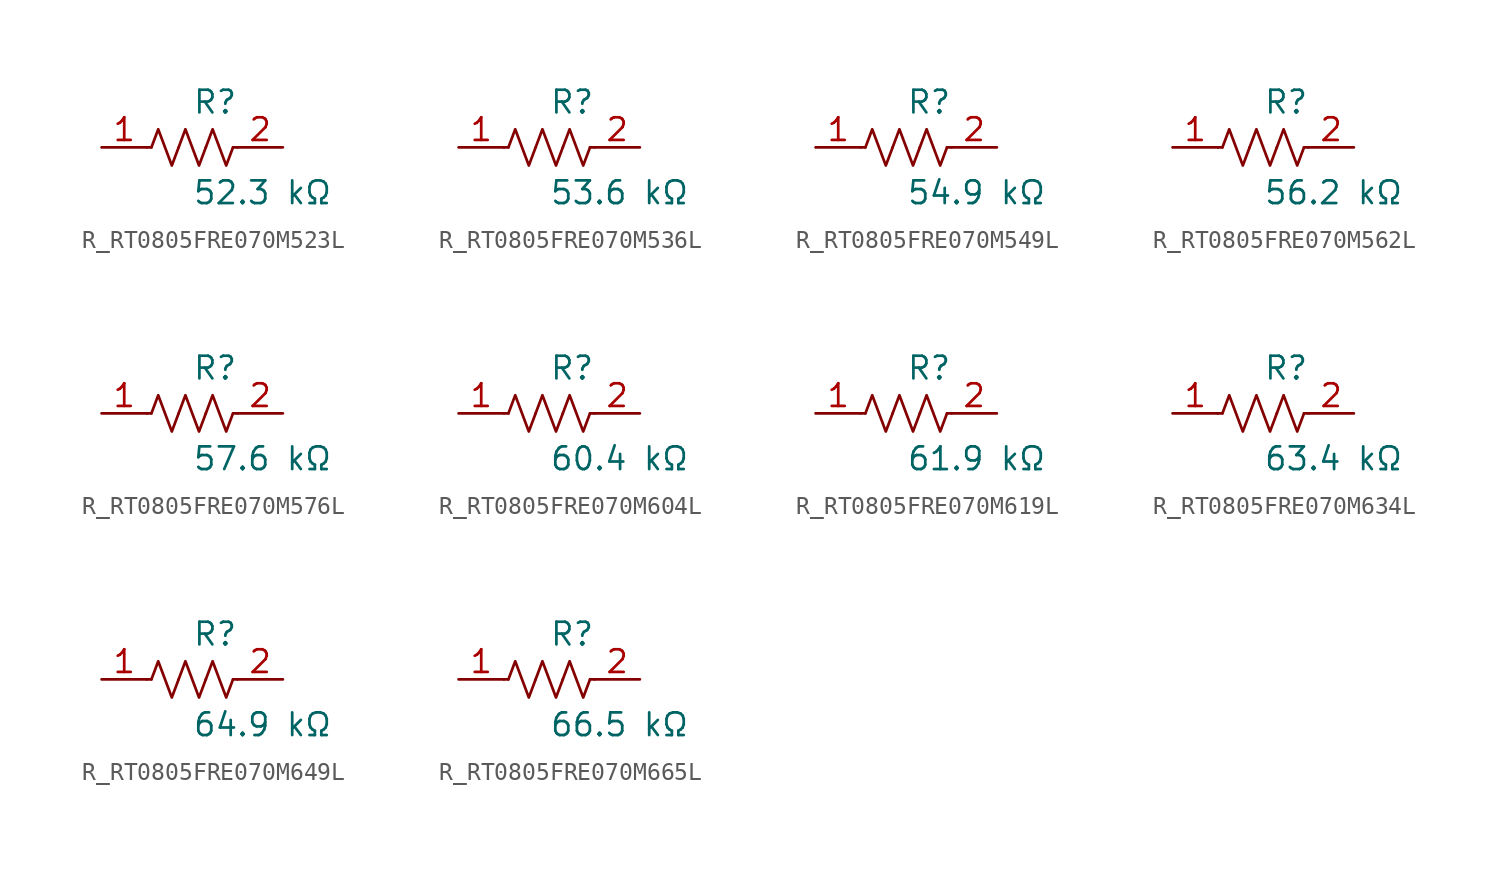
<source format=kicad_sym>
(kicad_symbol_lib
  (version 20231120)
  (generator kicad_symbol_editor)
  (generator_version 8.0)
  (symbol "R_RT0805FRE070M523L"
    (pin_names
      (offset 0.254))
    (property "Reference" "R"
      (at 0.0 2.54 0)
      (effects (font (size 1.27 1.27)) (justify left)))
    (property "Value" "52.3 kΩ"
      (at 0.0 -2.54 0)
      (effects (font (size 1.27 1.27)) (justify left)))
    (symbol "R_RT0805FRE070M523L_0_1"
      (polyline (pts (xy 2.286 0) (xy 2.54 0)) (stroke (width 0) (type default)) (fill (type none)))
      (polyline (pts (xy -2.286 0) (xy -2.54 0)) (stroke (width 0) (type default)) (fill (type none)))
      (polyline (pts (xy 0.762 0) (xy 1.143 1.016) (xy 1.524 0) (xy 1.905 -1.016) (xy 2.286 0)) (stroke (width 0) (type default)) (fill (type none)))
      (polyline (pts (xy -0.762 0) (xy -0.381 1.016) (xy 0 0) (xy 0.381 -1.016) (xy 0.762 0)) (stroke (width 0) (type default)) (fill (type none)))
      (polyline (pts (xy -2.286 0) (xy -1.905 1.016) (xy -1.524 0) (xy -1.143 -1.016) (xy -0.762 0)) (stroke (width 0) (type default)) (fill (type none))))
    (pin unspecified line
      (at -5.08 0 0)
      (length 2.54)
      (name "" (effects (font (size 1.27 1.27))))
      (number "1" (effects (font (size 1.27 1.27)))))
    (pin unspecified line
      (at 5.08 0 180)
      (length 2.54)
      (name "" (effects (font (size 1.27 1.27))))
      (number "2" (effects (font (size 1.27 1.27))))))
  (symbol "R_RT0805FRE070M536L"
    (pin_names
      (offset 0.254))
    (property "Reference" "R"
      (at 0.0 2.54 0)
      (effects (font (size 1.27 1.27)) (justify left)))
    (property "Value" "53.6 kΩ"
      (at 0.0 -2.54 0)
      (effects (font (size 1.27 1.27)) (justify left)))
    (symbol "R_RT0805FRE070M536L_0_1"
      (polyline (pts (xy 2.286 0) (xy 2.54 0)) (stroke (width 0) (type default)) (fill (type none)))
      (polyline (pts (xy -2.286 0) (xy -2.54 0)) (stroke (width 0) (type default)) (fill (type none)))
      (polyline (pts (xy 0.762 0) (xy 1.143 1.016) (xy 1.524 0) (xy 1.905 -1.016) (xy 2.286 0)) (stroke (width 0) (type default)) (fill (type none)))
      (polyline (pts (xy -0.762 0) (xy -0.381 1.016) (xy 0 0) (xy 0.381 -1.016) (xy 0.762 0)) (stroke (width 0) (type default)) (fill (type none)))
      (polyline (pts (xy -2.286 0) (xy -1.905 1.016) (xy -1.524 0) (xy -1.143 -1.016) (xy -0.762 0)) (stroke (width 0) (type default)) (fill (type none))))
    (pin unspecified line
      (at -5.08 0 0)
      (length 2.54)
      (name "" (effects (font (size 1.27 1.27))))
      (number "1" (effects (font (size 1.27 1.27)))))
    (pin unspecified line
      (at 5.08 0 180)
      (length 2.54)
      (name "" (effects (font (size 1.27 1.27))))
      (number "2" (effects (font (size 1.27 1.27))))))
  (symbol "R_RT0805FRE070M549L"
    (pin_names
      (offset 0.254))
    (property "Reference" "R"
      (at 0.0 2.54 0)
      (effects (font (size 1.27 1.27)) (justify left)))
    (property "Value" "54.9 kΩ"
      (at 0.0 -2.54 0)
      (effects (font (size 1.27 1.27)) (justify left)))
    (symbol "R_RT0805FRE070M549L_0_1"
      (polyline (pts (xy 2.286 0) (xy 2.54 0)) (stroke (width 0) (type default)) (fill (type none)))
      (polyline (pts (xy -2.286 0) (xy -2.54 0)) (stroke (width 0) (type default)) (fill (type none)))
      (polyline (pts (xy 0.762 0) (xy 1.143 1.016) (xy 1.524 0) (xy 1.905 -1.016) (xy 2.286 0)) (stroke (width 0) (type default)) (fill (type none)))
      (polyline (pts (xy -0.762 0) (xy -0.381 1.016) (xy 0 0) (xy 0.381 -1.016) (xy 0.762 0)) (stroke (width 0) (type default)) (fill (type none)))
      (polyline (pts (xy -2.286 0) (xy -1.905 1.016) (xy -1.524 0) (xy -1.143 -1.016) (xy -0.762 0)) (stroke (width 0) (type default)) (fill (type none))))
    (pin unspecified line
      (at -5.08 0 0)
      (length 2.54)
      (name "" (effects (font (size 1.27 1.27))))
      (number "1" (effects (font (size 1.27 1.27)))))
    (pin unspecified line
      (at 5.08 0 180)
      (length 2.54)
      (name "" (effects (font (size 1.27 1.27))))
      (number "2" (effects (font (size 1.27 1.27))))))
  (symbol "R_RT0805FRE070M562L"
    (pin_names
      (offset 0.254))
    (property "Reference" "R"
      (at 0.0 2.54 0)
      (effects (font (size 1.27 1.27)) (justify left)))
    (property "Value" "56.2 kΩ"
      (at 0.0 -2.54 0)
      (effects (font (size 1.27 1.27)) (justify left)))
    (symbol "R_RT0805FRE070M562L_0_1"
      (polyline (pts (xy 2.286 0) (xy 2.54 0)) (stroke (width 0) (type default)) (fill (type none)))
      (polyline (pts (xy -2.286 0) (xy -2.54 0)) (stroke (width 0) (type default)) (fill (type none)))
      (polyline (pts (xy 0.762 0) (xy 1.143 1.016) (xy 1.524 0) (xy 1.905 -1.016) (xy 2.286 0)) (stroke (width 0) (type default)) (fill (type none)))
      (polyline (pts (xy -0.762 0) (xy -0.381 1.016) (xy 0 0) (xy 0.381 -1.016) (xy 0.762 0)) (stroke (width 0) (type default)) (fill (type none)))
      (polyline (pts (xy -2.286 0) (xy -1.905 1.016) (xy -1.524 0) (xy -1.143 -1.016) (xy -0.762 0)) (stroke (width 0) (type default)) (fill (type none))))
    (pin unspecified line
      (at -5.08 0 0)
      (length 2.54)
      (name "" (effects (font (size 1.27 1.27))))
      (number "1" (effects (font (size 1.27 1.27)))))
    (pin unspecified line
      (at 5.08 0 180)
      (length 2.54)
      (name "" (effects (font (size 1.27 1.27))))
      (number "2" (effects (font (size 1.27 1.27))))))
  (symbol "R_RT0805FRE070M576L"
    (pin_names
      (offset 0.254))
    (property "Reference" "R"
      (at 0.0 2.54 0)
      (effects (font (size 1.27 1.27)) (justify left)))
    (property "Value" "57.6 kΩ"
      (at 0.0 -2.54 0)
      (effects (font (size 1.27 1.27)) (justify left)))
    (symbol "R_RT0805FRE070M576L_0_1"
      (polyline (pts (xy 2.286 0) (xy 2.54 0)) (stroke (width 0) (type default)) (fill (type none)))
      (polyline (pts (xy -2.286 0) (xy -2.54 0)) (stroke (width 0) (type default)) (fill (type none)))
      (polyline (pts (xy 0.762 0) (xy 1.143 1.016) (xy 1.524 0) (xy 1.905 -1.016) (xy 2.286 0)) (stroke (width 0) (type default)) (fill (type none)))
      (polyline (pts (xy -0.762 0) (xy -0.381 1.016) (xy 0 0) (xy 0.381 -1.016) (xy 0.762 0)) (stroke (width 0) (type default)) (fill (type none)))
      (polyline (pts (xy -2.286 0) (xy -1.905 1.016) (xy -1.524 0) (xy -1.143 -1.016) (xy -0.762 0)) (stroke (width 0) (type default)) (fill (type none))))
    (pin unspecified line
      (at -5.08 0 0)
      (length 2.54)
      (name "" (effects (font (size 1.27 1.27))))
      (number "1" (effects (font (size 1.27 1.27)))))
    (pin unspecified line
      (at 5.08 0 180)
      (length 2.54)
      (name "" (effects (font (size 1.27 1.27))))
      (number "2" (effects (font (size 1.27 1.27))))))
  (symbol "R_RT0805FRE070M604L"
    (pin_names
      (offset 0.254))
    (property "Reference" "R"
      (at 0.0 2.54 0)
      (effects (font (size 1.27 1.27)) (justify left)))
    (property "Value" "60.4 kΩ"
      (at 0.0 -2.54 0)
      (effects (font (size 1.27 1.27)) (justify left)))
    (symbol "R_RT0805FRE070M604L_0_1"
      (polyline (pts (xy 2.286 0) (xy 2.54 0)) (stroke (width 0) (type default)) (fill (type none)))
      (polyline (pts (xy -2.286 0) (xy -2.54 0)) (stroke (width 0) (type default)) (fill (type none)))
      (polyline (pts (xy 0.762 0) (xy 1.143 1.016) (xy 1.524 0) (xy 1.905 -1.016) (xy 2.286 0)) (stroke (width 0) (type default)) (fill (type none)))
      (polyline (pts (xy -0.762 0) (xy -0.381 1.016) (xy 0 0) (xy 0.381 -1.016) (xy 0.762 0)) (stroke (width 0) (type default)) (fill (type none)))
      (polyline (pts (xy -2.286 0) (xy -1.905 1.016) (xy -1.524 0) (xy -1.143 -1.016) (xy -0.762 0)) (stroke (width 0) (type default)) (fill (type none))))
    (pin unspecified line
      (at -5.08 0 0)
      (length 2.54)
      (name "" (effects (font (size 1.27 1.27))))
      (number "1" (effects (font (size 1.27 1.27)))))
    (pin unspecified line
      (at 5.08 0 180)
      (length 2.54)
      (name "" (effects (font (size 1.27 1.27))))
      (number "2" (effects (font (size 1.27 1.27))))))
  (symbol "R_RT0805FRE070M619L"
    (pin_names
      (offset 0.254))
    (property "Reference" "R"
      (at 0.0 2.54 0)
      (effects (font (size 1.27 1.27)) (justify left)))
    (property "Value" "61.9 kΩ"
      (at 0.0 -2.54 0)
      (effects (font (size 1.27 1.27)) (justify left)))
    (symbol "R_RT0805FRE070M619L_0_1"
      (polyline (pts (xy 2.286 0) (xy 2.54 0)) (stroke (width 0) (type default)) (fill (type none)))
      (polyline (pts (xy -2.286 0) (xy -2.54 0)) (stroke (width 0) (type default)) (fill (type none)))
      (polyline (pts (xy 0.762 0) (xy 1.143 1.016) (xy 1.524 0) (xy 1.905 -1.016) (xy 2.286 0)) (stroke (width 0) (type default)) (fill (type none)))
      (polyline (pts (xy -0.762 0) (xy -0.381 1.016) (xy 0 0) (xy 0.381 -1.016) (xy 0.762 0)) (stroke (width 0) (type default)) (fill (type none)))
      (polyline (pts (xy -2.286 0) (xy -1.905 1.016) (xy -1.524 0) (xy -1.143 -1.016) (xy -0.762 0)) (stroke (width 0) (type default)) (fill (type none))))
    (pin unspecified line
      (at -5.08 0 0)
      (length 2.54)
      (name "" (effects (font (size 1.27 1.27))))
      (number "1" (effects (font (size 1.27 1.27)))))
    (pin unspecified line
      (at 5.08 0 180)
      (length 2.54)
      (name "" (effects (font (size 1.27 1.27))))
      (number "2" (effects (font (size 1.27 1.27))))))
  (symbol "R_RT0805FRE070M634L"
    (pin_names
      (offset 0.254))
    (property "Reference" "R"
      (at 0.0 2.54 0)
      (effects (font (size 1.27 1.27)) (justify left)))
    (property "Value" "63.4 kΩ"
      (at 0.0 -2.54 0)
      (effects (font (size 1.27 1.27)) (justify left)))
    (symbol "R_RT0805FRE070M634L_0_1"
      (polyline (pts (xy 2.286 0) (xy 2.54 0)) (stroke (width 0) (type default)) (fill (type none)))
      (polyline (pts (xy -2.286 0) (xy -2.54 0)) (stroke (width 0) (type default)) (fill (type none)))
      (polyline (pts (xy 0.762 0) (xy 1.143 1.016) (xy 1.524 0) (xy 1.905 -1.016) (xy 2.286 0)) (stroke (width 0) (type default)) (fill (type none)))
      (polyline (pts (xy -0.762 0) (xy -0.381 1.016) (xy 0 0) (xy 0.381 -1.016) (xy 0.762 0)) (stroke (width 0) (type default)) (fill (type none)))
      (polyline (pts (xy -2.286 0) (xy -1.905 1.016) (xy -1.524 0) (xy -1.143 -1.016) (xy -0.762 0)) (stroke (width 0) (type default)) (fill (type none))))
    (pin unspecified line
      (at -5.08 0 0)
      (length 2.54)
      (name "" (effects (font (size 1.27 1.27))))
      (number "1" (effects (font (size 1.27 1.27)))))
    (pin unspecified line
      (at 5.08 0 180)
      (length 2.54)
      (name "" (effects (font (size 1.27 1.27))))
      (number "2" (effects (font (size 1.27 1.27))))))
  (symbol "R_RT0805FRE070M649L"
    (pin_names
      (offset 0.254))
    (property "Reference" "R"
      (at 0.0 2.54 0)
      (effects (font (size 1.27 1.27)) (justify left)))
    (property "Value" "64.9 kΩ"
      (at 0.0 -2.54 0)
      (effects (font (size 1.27 1.27)) (justify left)))
    (symbol "R_RT0805FRE070M649L_0_1"
      (polyline (pts (xy 2.286 0) (xy 2.54 0)) (stroke (width 0) (type default)) (fill (type none)))
      (polyline (pts (xy -2.286 0) (xy -2.54 0)) (stroke (width 0) (type default)) (fill (type none)))
      (polyline (pts (xy 0.762 0) (xy 1.143 1.016) (xy 1.524 0) (xy 1.905 -1.016) (xy 2.286 0)) (stroke (width 0) (type default)) (fill (type none)))
      (polyline (pts (xy -0.762 0) (xy -0.381 1.016) (xy 0 0) (xy 0.381 -1.016) (xy 0.762 0)) (stroke (width 0) (type default)) (fill (type none)))
      (polyline (pts (xy -2.286 0) (xy -1.905 1.016) (xy -1.524 0) (xy -1.143 -1.016) (xy -0.762 0)) (stroke (width 0) (type default)) (fill (type none))))
    (pin unspecified line
      (at -5.08 0 0)
      (length 2.54)
      (name "" (effects (font (size 1.27 1.27))))
      (number "1" (effects (font (size 1.27 1.27)))))
    (pin unspecified line
      (at 5.08 0 180)
      (length 2.54)
      (name "" (effects (font (size 1.27 1.27))))
      (number "2" (effects (font (size 1.27 1.27))))))
  (symbol "R_RT0805FRE070M665L"
    (pin_names
      (offset 0.254))
    (property "Reference" "R"
      (at 0.0 2.54 0)
      (effects (font (size 1.27 1.27)) (justify left)))
    (property "Value" "66.5 kΩ"
      (at 0.0 -2.54 0)
      (effects (font (size 1.27 1.27)) (justify left)))
    (symbol "R_RT0805FRE070M665L_0_1"
      (polyline (pts (xy 2.286 0) (xy 2.54 0)) (stroke (width 0) (type default)) (fill (type none)))
      (polyline (pts (xy -2.286 0) (xy -2.54 0)) (stroke (width 0) (type default)) (fill (type none)))
      (polyline (pts (xy 0.762 0) (xy 1.143 1.016) (xy 1.524 0) (xy 1.905 -1.016) (xy 2.286 0)) (stroke (width 0) (type default)) (fill (type none)))
      (polyline (pts (xy -0.762 0) (xy -0.381 1.016) (xy 0 0) (xy 0.381 -1.016) (xy 0.762 0)) (stroke (width 0) (type default)) (fill (type none)))
      (polyline (pts (xy -2.286 0) (xy -1.905 1.016) (xy -1.524 0) (xy -1.143 -1.016) (xy -0.762 0)) (stroke (width 0) (type default)) (fill (type none))))
    (pin unspecified line
      (at -5.08 0 0)
      (length 2.54)
      (name "" (effects (font (size 1.27 1.27))))
      (number "1" (effects (font (size 1.27 1.27)))))
    (pin unspecified line
      (at 5.08 0 180)
      (length 2.54)
      (name "" (effects (font (size 1.27 1.27))))
      (number "2" (effects (font (size 1.27 1.27)))))))
</source>
